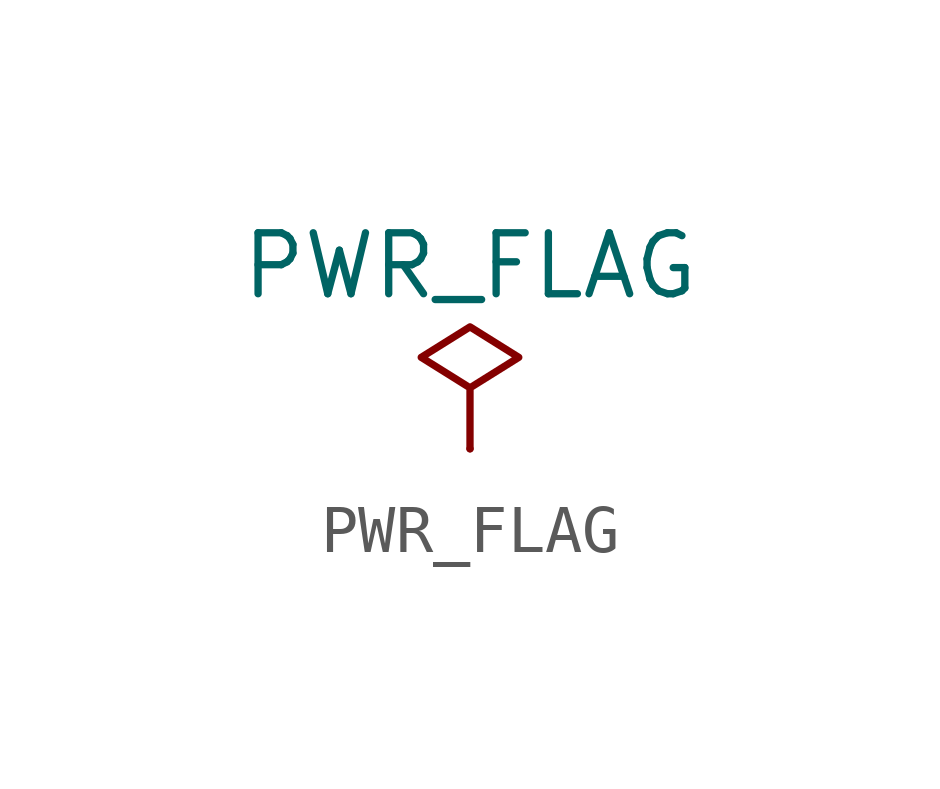
<source format=kicad_sym>
(kicad_symbol_lib
  (version 20220914)
  (generator kicad_symbol_editor)
  (symbol "PWR_FLAG"
    (power)
    (pin_numbers hide)
    (pin_names
      (offset 0) hide)
    (property "Reference" "#FLG"
      (at 0 1.905 0)
      (effects (font (size 1.27 1.27)) hide))
    (property "Value" "PWR_FLAG"
      (at 0 3.81 0)
      (effects (font (size 1.27 1.27))))
    (symbol "PWR_FLAG_0_0"
      (pin power_out line (at 0 0 90) (length 0) (name "pwr" (effects (font (size 1.27 1.27)))) (number "1" (effects (font (size 1.27 1.27))))))
    (symbol "PWR_FLAG_0_1"
      (polyline (pts (xy 0 0) (xy 0 1.27) (xy -1.016 1.905) (xy 0 2.54) (xy 1.016 1.905) (xy 0 1.27)) (stroke (width 0) (type default)) (fill (type none))))))
</source>
